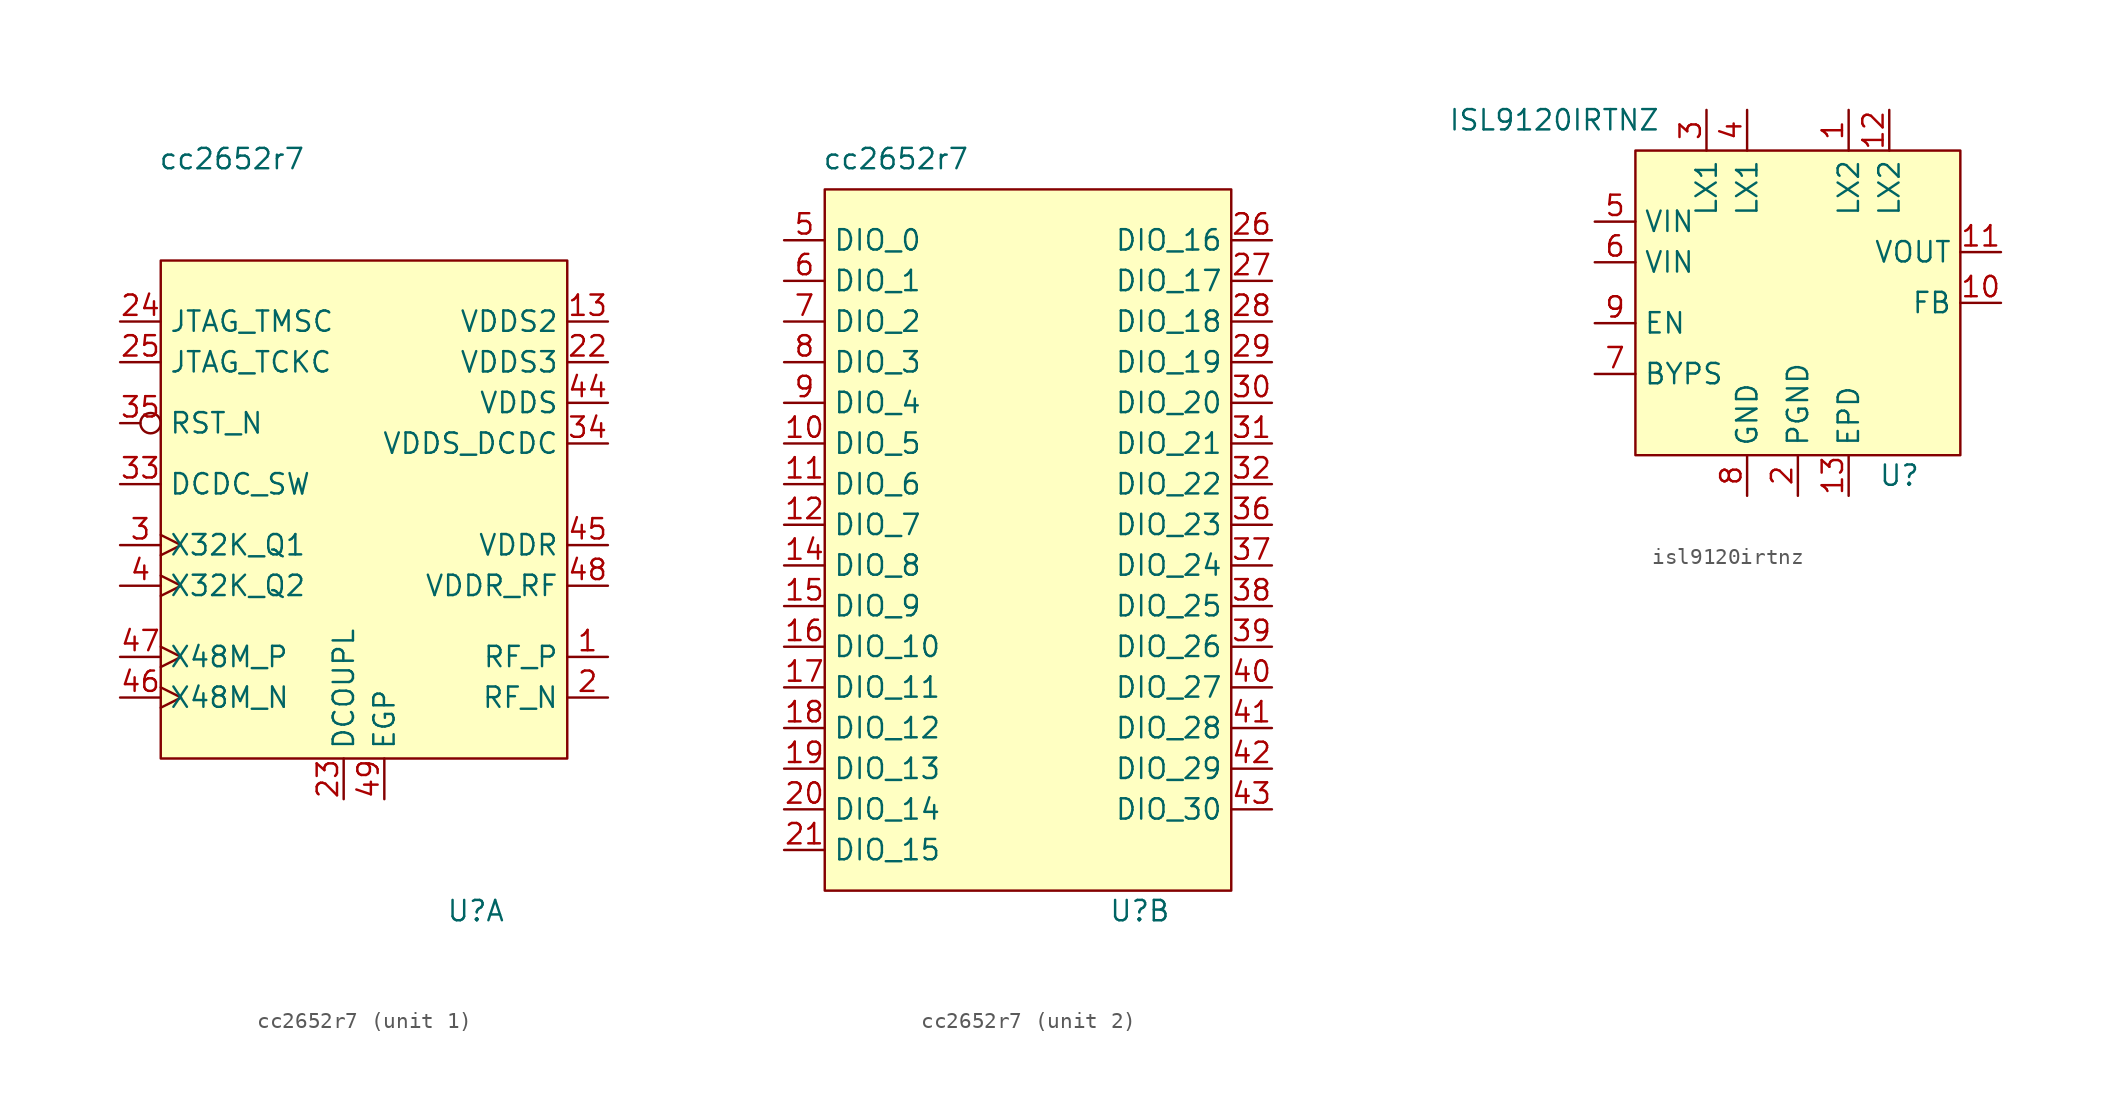
<source format=kicad_sym>
(kicad_symbol_lib
  (version 20220914)
  (generator kicad_symbol_editor)
  (symbol "cc2652r7"
    (property "Reference" "U"
      (at 6.985 -25.4 0)
      (effects (font (size 1.27 1.27))))
    (property "Value" "cc2652r7"
      (at -8.255 21.59 0)
      (effects (font (size 1.27 1.27))))
    (property "ki_locked" ""
      (at 0 0 0)
      (effects (font (size 1.27 1.27))))
    (symbol "cc2652r7_1_0"
      (pin unspecified line (at 15.24 -9.525 180) (length 2.54) (name "RF_P" (effects (font (size 1.27 1.27)))) (number "1" (effects (font (size 1.27 1.27)))))
      (pin unspecified line (at 15.24 11.43 180) (length 2.54) (name "VDDS2" (effects (font (size 1.27 1.27)))) (number "13" (effects (font (size 1.27 1.27)))))
      (pin unspecified line (at 15.24 -12.065 180) (length 2.54) (name "RF_N" (effects (font (size 1.27 1.27)))) (number "2" (effects (font (size 1.27 1.27)))))
      (pin unspecified line (at 15.24 8.89 180) (length 2.54) (name "VDDS3" (effects (font (size 1.27 1.27)))) (number "22" (effects (font (size 1.27 1.27)))))
      (pin unspecified line (at -1.27 -18.415 90) (length 2.54) (name "DCOUPL" (effects (font (size 1.27 1.27)))) (number "23" (effects (font (size 1.27 1.27)))))
      (pin unspecified line (at -15.24 11.43 0) (length 2.54) (name "JTAG_TMSC" (effects (font (size 1.27 1.27)))) (number "24" (effects (font (size 1.27 1.27)))))
      (pin unspecified line (at -15.24 8.89 0) (length 2.54) (name "JTAG_TCKC" (effects (font (size 1.27 1.27)))) (number "25" (effects (font (size 1.27 1.27)))))
      (pin unspecified clock (at -15.24 -2.54 0) (length 2.54) (name "X32K_Q1" (effects (font (size 1.27 1.27)))) (number "3" (effects (font (size 1.27 1.27)))))
      (pin unspecified line (at -15.24 1.27 0) (length 2.54) (name "DCDC_SW" (effects (font (size 1.27 1.27)))) (number "33" (effects (font (size 1.27 1.27)))))
      (pin unspecified line (at 15.24 3.81 180) (length 2.54) (name "VDDS_DCDC" (effects (font (size 1.27 1.27)))) (number "34" (effects (font (size 1.27 1.27)))))
      (pin unspecified inverted (at -15.24 5.08 0) (length 2.54) (name "RST_N" (effects (font (size 1.27 1.27)))) (number "35" (effects (font (size 1.27 1.27)))))
      (pin unspecified clock (at -15.24 -5.08 0) (length 2.54) (name "X32K_Q2" (effects (font (size 1.27 1.27)))) (number "4" (effects (font (size 1.27 1.27)))))
      (pin unspecified line (at 15.24 6.35 180) (length 2.54) (name "VDDS" (effects (font (size 1.27 1.27)))) (number "44" (effects (font (size 1.27 1.27)))))
      (pin unspecified line (at 15.24 -2.54 180) (length 2.54) (name "VDDR" (effects (font (size 1.27 1.27)))) (number "45" (effects (font (size 1.27 1.27)))))
      (pin unspecified clock (at -15.24 -12.065 0) (length 2.54) (name "X48M_N" (effects (font (size 1.27 1.27)))) (number "46" (effects (font (size 1.27 1.27)))))
      (pin unspecified clock (at -15.24 -9.525 0) (length 2.54) (name "X48M_P" (effects (font (size 1.27 1.27)))) (number "47" (effects (font (size 1.27 1.27)))))
      (pin unspecified line (at 15.24 -5.08 180) (length 2.54) (name "VDDR_RF" (effects (font (size 1.27 1.27)))) (number "48" (effects (font (size 1.27 1.27)))))
      (pin unspecified line (at 1.27 -18.415 90) (length 2.54) (name "EGP" (effects (font (size 1.27 1.27)))) (number "49" (effects (font (size 1.27 1.27))))))
    (symbol "cc2652r7_1_1"
      (rectangle (start -12.7 15.24) (end 12.7 -15.875) (stroke (width 0) (type default)) (fill (type background))))
    (symbol "cc2652r7_2_0"
      (pin unspecified line (at -15.24 3.81 0) (length 2.54) (name "DIO_5" (effects (font (size 1.27 1.27)))) (number "10" (effects (font (size 1.27 1.27)))))
      (pin unspecified line (at -15.24 1.27 0) (length 2.54) (name "DIO_6" (effects (font (size 1.27 1.27)))) (number "11" (effects (font (size 1.27 1.27)))))
      (pin unspecified line (at -15.24 -1.27 0) (length 2.54) (name "DIO_7" (effects (font (size 1.27 1.27)))) (number "12" (effects (font (size 1.27 1.27)))))
      (pin unspecified line (at -15.24 -3.81 0) (length 2.54) (name "DIO_8" (effects (font (size 1.27 1.27)))) (number "14" (effects (font (size 1.27 1.27)))))
      (pin unspecified line (at -15.24 -6.35 0) (length 2.54) (name "DIO_9" (effects (font (size 1.27 1.27)))) (number "15" (effects (font (size 1.27 1.27)))))
      (pin unspecified line (at -15.24 -8.89 0) (length 2.54) (name "DIO_10" (effects (font (size 1.27 1.27)))) (number "16" (effects (font (size 1.27 1.27)))))
      (pin unspecified line (at -15.24 -11.43 0) (length 2.54) (name "DIO_11" (effects (font (size 1.27 1.27)))) (number "17" (effects (font (size 1.27 1.27)))))
      (pin unspecified line (at -15.24 -13.97 0) (length 2.54) (name "DIO_12" (effects (font (size 1.27 1.27)))) (number "18" (effects (font (size 1.27 1.27)))))
      (pin unspecified line (at -15.24 -16.51 0) (length 2.54) (name "DIO_13" (effects (font (size 1.27 1.27)))) (number "19" (effects (font (size 1.27 1.27)))))
      (pin unspecified line (at -15.24 -19.05 0) (length 2.54) (name "DIO_14" (effects (font (size 1.27 1.27)))) (number "20" (effects (font (size 1.27 1.27)))))
      (pin unspecified line (at -15.24 -21.59 0) (length 2.54) (name "DIO_15" (effects (font (size 1.27 1.27)))) (number "21" (effects (font (size 1.27 1.27)))))
      (pin unspecified line (at 15.24 16.51 180) (length 2.54) (name "DIO_16" (effects (font (size 1.27 1.27)))) (number "26" (effects (font (size 1.27 1.27)))))
      (pin unspecified line (at 15.24 13.97 180) (length 2.54) (name "DIO_17" (effects (font (size 1.27 1.27)))) (number "27" (effects (font (size 1.27 1.27)))))
      (pin unspecified line (at 15.24 11.43 180) (length 2.54) (name "DIO_18" (effects (font (size 1.27 1.27)))) (number "28" (effects (font (size 1.27 1.27)))))
      (pin unspecified line (at 15.24 8.89 180) (length 2.54) (name "DIO_19" (effects (font (size 1.27 1.27)))) (number "29" (effects (font (size 1.27 1.27)))))
      (pin unspecified line (at 15.24 6.35 180) (length 2.54) (name "DIO_20" (effects (font (size 1.27 1.27)))) (number "30" (effects (font (size 1.27 1.27)))))
      (pin unspecified line (at 15.24 3.81 180) (length 2.54) (name "DIO_21" (effects (font (size 1.27 1.27)))) (number "31" (effects (font (size 1.27 1.27)))))
      (pin unspecified line (at 15.24 1.27 180) (length 2.54) (name "DIO_22" (effects (font (size 1.27 1.27)))) (number "32" (effects (font (size 1.27 1.27)))))
      (pin unspecified line (at 15.24 -1.27 180) (length 2.54) (name "DIO_23" (effects (font (size 1.27 1.27)))) (number "36" (effects (font (size 1.27 1.27)))))
      (pin unspecified line (at 15.24 -3.81 180) (length 2.54) (name "DIO_24" (effects (font (size 1.27 1.27)))) (number "37" (effects (font (size 1.27 1.27)))))
      (pin unspecified line (at 15.24 -6.35 180) (length 2.54) (name "DIO_25" (effects (font (size 1.27 1.27)))) (number "38" (effects (font (size 1.27 1.27)))))
      (pin unspecified line (at 15.24 -8.89 180) (length 2.54) (name "DIO_26" (effects (font (size 1.27 1.27)))) (number "39" (effects (font (size 1.27 1.27)))))
      (pin unspecified line (at 15.24 -11.43 180) (length 2.54) (name "DIO_27" (effects (font (size 1.27 1.27)))) (number "40" (effects (font (size 1.27 1.27)))))
      (pin unspecified line (at 15.24 -13.97 180) (length 2.54) (name "DIO_28" (effects (font (size 1.27 1.27)))) (number "41" (effects (font (size 1.27 1.27)))))
      (pin unspecified line (at 15.24 -16.51 180) (length 2.54) (name "DIO_29" (effects (font (size 1.27 1.27)))) (number "42" (effects (font (size 1.27 1.27)))))
      (pin unspecified line (at 15.24 -19.05 180) (length 2.54) (name "DIO_30" (effects (font (size 1.27 1.27)))) (number "43" (effects (font (size 1.27 1.27)))))
      (pin unspecified line (at -15.24 16.51 0) (length 2.54) (name "DIO_0" (effects (font (size 1.27 1.27)))) (number "5" (effects (font (size 1.27 1.27)))))
      (pin unspecified line (at -15.24 13.97 0) (length 2.54) (name "DIO_1" (effects (font (size 1.27 1.27)))) (number "6" (effects (font (size 1.27 1.27)))))
      (pin unspecified line (at -15.24 11.43 0) (length 2.54) (name "DIO_2" (effects (font (size 1.27 1.27)))) (number "7" (effects (font (size 1.27 1.27)))))
      (pin unspecified line (at -15.24 8.89 0) (length 2.54) (name "DIO_3" (effects (font (size 1.27 1.27)))) (number "8" (effects (font (size 1.27 1.27)))))
      (pin unspecified line (at -15.24 6.35 0) (length 2.54) (name "DIO_4" (effects (font (size 1.27 1.27)))) (number "9" (effects (font (size 1.27 1.27))))))
    (symbol "cc2652r7_2_1"
      (rectangle (start -12.7 19.685) (end 12.7 -24.13) (stroke (width 0) (type default)) (fill (type background)))))
  (symbol "isl9120irtnz"
    (property "Reference" "U"
      (at 6.35 -10.795 0)
      (effects (font (size 1.27 1.27))))
    (property "Value" "ISL9120IRTNZ"
      (at -15.24 11.43 0)
      (effects (font (size 1.27 1.27))))
    (symbol "isl9120irtnz_1_0"
      (pin unspecified line (at 3.175 12.065 270) (length 2.54) (name "LX2" (effects (font (size 1.27 1.27)))) (number "1" (effects (font (size 1.27 1.27)))))
      (pin unspecified line (at 12.7 0 180) (length 2.54) (name "FB" (effects (font (size 1.27 1.27)))) (number "10" (effects (font (size 1.27 1.27)))))
      (pin unspecified line (at 12.7 3.175 180) (length 2.54) (name "VOUT" (effects (font (size 1.27 1.27)))) (number "11" (effects (font (size 1.27 1.27)))))
      (pin unspecified line (at 5.715 12.065 270) (length 2.54) (name "LX2" (effects (font (size 1.27 1.27)))) (number "12" (effects (font (size 1.27 1.27)))))
      (pin unspecified line (at 3.175 -12.065 90) (length 2.54) (name "EPD" (effects (font (size 1.27 1.27)))) (number "13" (effects (font (size 1.27 1.27)))))
      (pin unspecified line (at 0 -12.065 90) (length 2.54) (name "PGND" (effects (font (size 1.27 1.27)))) (number "2" (effects (font (size 1.27 1.27)))))
      (pin unspecified line (at -5.715 12.065 270) (length 2.54) (name "LX1" (effects (font (size 1.27 1.27)))) (number "3" (effects (font (size 1.27 1.27)))))
      (pin unspecified line (at -3.175 12.065 270) (length 2.54) (name "LX1" (effects (font (size 1.27 1.27)))) (number "4" (effects (font (size 1.27 1.27)))))
      (pin unspecified line (at -12.7 5.08 0) (length 2.54) (name "VIN" (effects (font (size 1.27 1.27)))) (number "5" (effects (font (size 1.27 1.27)))))
      (pin unspecified line (at -12.7 2.54 0) (length 2.54) (name "VIN" (effects (font (size 1.27 1.27)))) (number "6" (effects (font (size 1.27 1.27)))))
      (pin unspecified line (at -12.7 -4.445 0) (length 2.54) (name "BYPS" (effects (font (size 1.27 1.27)))) (number "7" (effects (font (size 1.27 1.27)))))
      (pin unspecified line (at -3.175 -12.065 90) (length 2.54) (name "GND" (effects (font (size 1.27 1.27)))) (number "8" (effects (font (size 1.27 1.27)))))
      (pin unspecified line (at -12.7 -1.27 0) (length 2.54) (name "EN" (effects (font (size 1.27 1.27)))) (number "9" (effects (font (size 1.27 1.27))))))
    (symbol "isl9120irtnz_1_1"
      (rectangle (start -10.16 9.525) (end 10.16 -9.525) (stroke (width 0) (type default)) (fill (type background))))))
</source>
